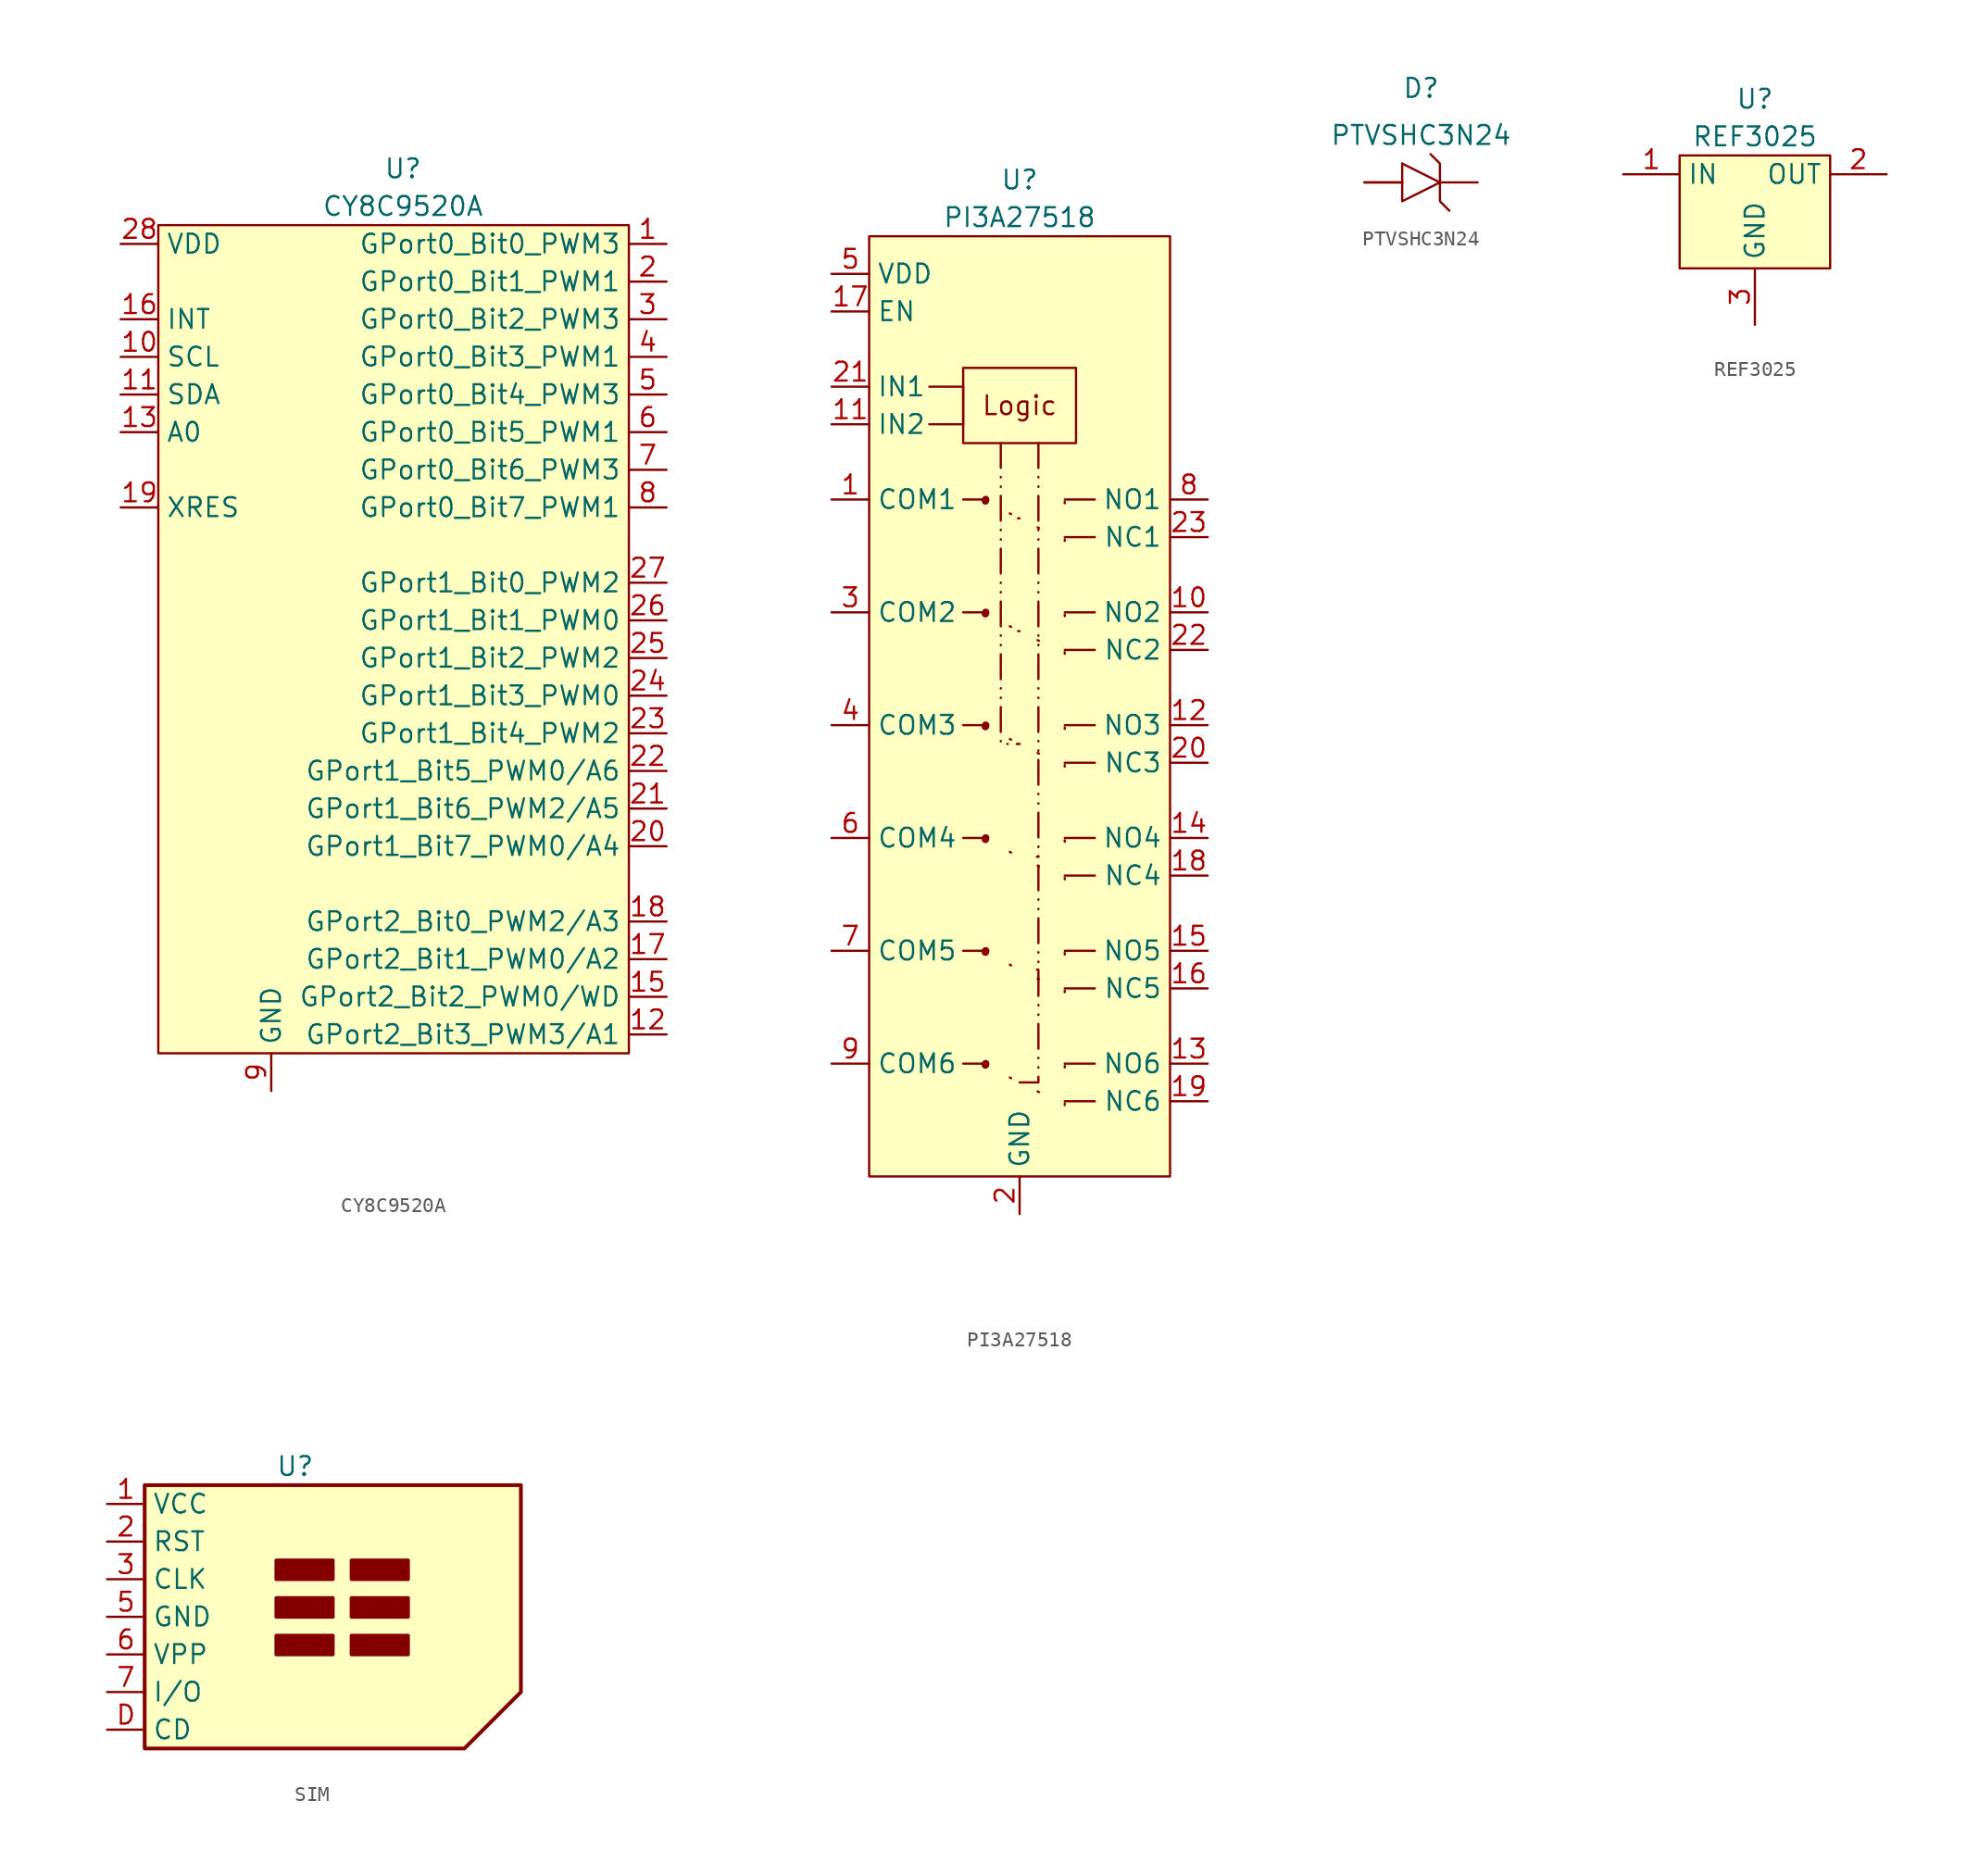
<source format=kicad_sym>
(kicad_symbol_lib
  (version 20220914)
  (generator kicad_symbol_editor)
  (symbol "CY8C9520A"
    (property "Reference" "U"
      (at 0 5.08 0)
      (effects (font (size 1.27 1.27))))
    (property "Value" "CY8C9520A"
      (at 0 2.54 0)
      (effects (font (size 1.27 1.27))))
    (symbol "CY8C9520A_0_1"
      (rectangle (start 15.24 1.27) (end -16.51 -54.61) (stroke (width 0) (type default)) (fill (type background))))
    (symbol "CY8C9520A_1_1"
      (pin bidirectional line (at 17.78 0 180) (length 2.54) (name "GPort0_Bit0_PWM3" (effects (font (size 1.27 1.27)))) (number "1" (effects (font (size 1.27 1.27)))))
      (pin input line (at -19.05 -7.62 0) (length 2.54) (name "SCL" (effects (font (size 1.27 1.27)))) (number "10" (effects (font (size 1.27 1.27)))))
      (pin bidirectional line (at -19.05 -10.16 0) (length 2.54) (name "SDA" (effects (font (size 1.27 1.27)))) (number "11" (effects (font (size 1.27 1.27)))))
      (pin bidirectional line (at 17.78 -53.34 180) (length 2.54) (name "GPort2_Bit3_PWM3/A1" (effects (font (size 1.27 1.27)))) (number "12" (effects (font (size 1.27 1.27)))))
      (pin input line (at -19.05 -12.7 0) (length 2.54) (name "A0" (effects (font (size 1.27 1.27)))) (number "13" (effects (font (size 1.27 1.27)))))
      (pin input line (at -8.89 -57.15 90) (length 2.54) hide (name "GND" (effects (font (size 1.27 1.27)))) (number "14" (effects (font (size 1.27 1.27)))))
      (pin bidirectional line (at 17.78 -50.8 180) (length 2.54) (name "GPort2_Bit2_PWM0/WD" (effects (font (size 1.27 1.27)))) (number "15" (effects (font (size 1.27 1.27)))))
      (pin output line (at -19.05 -5.08 0) (length 2.54) (name "INT" (effects (font (size 1.27 1.27)))) (number "16" (effects (font (size 1.27 1.27)))))
      (pin bidirectional line (at 17.78 -48.26 180) (length 2.54) (name "GPort2_Bit1_PWM0/A2" (effects (font (size 1.27 1.27)))) (number "17" (effects (font (size 1.27 1.27)))))
      (pin bidirectional line (at 17.78 -45.72 180) (length 2.54) (name "GPort2_Bit0_PWM2/A3" (effects (font (size 1.27 1.27)))) (number "18" (effects (font (size 1.27 1.27)))))
      (pin unspecified line (at -19.05 -17.78 0) (length 2.54) (name "XRES" (effects (font (size 1.27 1.27)))) (number "19" (effects (font (size 1.27 1.27)))))
      (pin bidirectional line (at 17.78 -2.54 180) (length 2.54) (name "GPort0_Bit1_PWM1" (effects (font (size 1.27 1.27)))) (number "2" (effects (font (size 1.27 1.27)))))
      (pin bidirectional line (at 17.78 -40.64 180) (length 2.54) (name "GPort1_Bit7_PWM0/A4" (effects (font (size 1.27 1.27)))) (number "20" (effects (font (size 1.27 1.27)))))
      (pin bidirectional line (at 17.78 -38.1 180) (length 2.54) (name "GPort1_Bit6_PWM2/A5" (effects (font (size 1.27 1.27)))) (number "21" (effects (font (size 1.27 1.27)))))
      (pin bidirectional line (at 17.78 -35.56 180) (length 2.54) (name "GPort1_Bit5_PWM0/A6" (effects (font (size 1.27 1.27)))) (number "22" (effects (font (size 1.27 1.27)))))
      (pin bidirectional line (at 17.78 -33.02 180) (length 2.54) (name "GPort1_Bit4_PWM2" (effects (font (size 1.27 1.27)))) (number "23" (effects (font (size 1.27 1.27)))))
      (pin bidirectional line (at 17.78 -30.48 180) (length 2.54) (name "GPort1_Bit3_PWM0" (effects (font (size 1.27 1.27)))) (number "24" (effects (font (size 1.27 1.27)))))
      (pin bidirectional line (at 17.78 -27.94 180) (length 2.54) (name "GPort1_Bit2_PWM2" (effects (font (size 1.27 1.27)))) (number "25" (effects (font (size 1.27 1.27)))))
      (pin bidirectional line (at 17.78 -25.4 180) (length 2.54) (name "GPort1_Bit1_PWM0" (effects (font (size 1.27 1.27)))) (number "26" (effects (font (size 1.27 1.27)))))
      (pin bidirectional line (at 17.78 -22.86 180) (length 2.54) (name "GPort1_Bit0_PWM2" (effects (font (size 1.27 1.27)))) (number "27" (effects (font (size 1.27 1.27)))))
      (pin power_in line (at -19.05 0 0) (length 2.54) (name "VDD" (effects (font (size 1.27 1.27)))) (number "28" (effects (font (size 1.27 1.27)))))
      (pin bidirectional line (at 17.78 -5.08 180) (length 2.54) (name "GPort0_Bit2_PWM3" (effects (font (size 1.27 1.27)))) (number "3" (effects (font (size 1.27 1.27)))))
      (pin bidirectional line (at 17.78 -7.62 180) (length 2.54) (name "GPort0_Bit3_PWM1" (effects (font (size 1.27 1.27)))) (number "4" (effects (font (size 1.27 1.27)))))
      (pin bidirectional line (at 17.78 -10.16 180) (length 2.54) (name "GPort0_Bit4_PWM3" (effects (font (size 1.27 1.27)))) (number "5" (effects (font (size 1.27 1.27)))))
      (pin bidirectional line (at 17.78 -12.7 180) (length 2.54) (name "GPort0_Bit5_PWM1" (effects (font (size 1.27 1.27)))) (number "6" (effects (font (size 1.27 1.27)))))
      (pin bidirectional line (at 17.78 -15.24 180) (length 2.54) (name "GPort0_Bit6_PWM3" (effects (font (size 1.27 1.27)))) (number "7" (effects (font (size 1.27 1.27)))))
      (pin bidirectional line (at 17.78 -17.78 180) (length 2.54) (name "GPort0_Bit7_PWM1" (effects (font (size 1.27 1.27)))) (number "8" (effects (font (size 1.27 1.27)))))
      (pin input line (at -8.89 -57.15 90) (length 2.54) (name "GND" (effects (font (size 1.27 1.27)))) (number "9" (effects (font (size 1.27 1.27)))))))
  (symbol "PI3A27518"
    (property "Reference" "U"
      (at 0 6.35 0)
      (effects (font (size 1.27 1.27))))
    (property "Value" "PI3A27518"
      (at 0 3.81 0)
      (effects (font (size 1.27 1.27))))
    (symbol "PI3A27518_0_1"
      (polyline (pts (xy -3.81 -53.34) (xy -2.54 -53.34)) (stroke (width 0) (type default)) (fill (type none)))
      (polyline (pts (xy -3.81 -45.72) (xy -2.54 -45.72)) (stroke (width 0) (type default)) (fill (type none)))
      (polyline (pts (xy -3.81 -38.1) (xy -2.54 -38.1)) (stroke (width 0) (type default)) (fill (type none)))
      (polyline (pts (xy -3.81 -30.48) (xy -2.54 -30.48)) (stroke (width 0) (type default)) (fill (type none)))
      (polyline (pts (xy -3.81 -22.86) (xy -2.54 -22.86)) (stroke (width 0) (type default)) (fill (type none)))
      (polyline (pts (xy -3.81 -15.24) (xy -2.54 -15.24)) (stroke (width 0) (type default)) (fill (type none)))
      (polyline (pts (xy 5.08 -55.88) (xy 3.048 -55.88)) (stroke (width 0) (type default)) (fill (type none)))
      (polyline (pts (xy 5.08 -53.34) (xy 3.048 -53.34)) (stroke (width 0) (type default)) (fill (type none)))
      (polyline (pts (xy 5.08 -48.26) (xy 3.048 -48.26)) (stroke (width 0) (type default)) (fill (type none)))
      (polyline (pts (xy 5.08 -45.72) (xy 3.048 -45.72)) (stroke (width 0) (type default)) (fill (type none)))
      (polyline (pts (xy 5.08 -40.64) (xy 3.048 -40.64)) (stroke (width 0) (type default)) (fill (type none)))
      (polyline (pts (xy 5.08 -38.1) (xy 3.048 -38.1)) (stroke (width 0) (type default)) (fill (type none)))
      (polyline (pts (xy 5.08 -33.02) (xy 3.048 -33.02)) (stroke (width 0) (type default)) (fill (type none)))
      (polyline (pts (xy 5.08 -30.48) (xy 3.048 -30.48)) (stroke (width 0) (type default)) (fill (type none)))
      (polyline (pts (xy 5.08 -25.4) (xy 3.048 -25.4)) (stroke (width 0) (type default)) (fill (type none)))
      (polyline (pts (xy 5.08 -22.86) (xy 3.048 -22.86)) (stroke (width 0) (type default)) (fill (type none)))
      (polyline (pts (xy 5.08 -17.78) (xy 3.048 -17.78)) (stroke (width 0) (type default)) (fill (type none)))
      (polyline (pts (xy 5.08 -15.24) (xy 3.048 -15.24)) (stroke (width 0) (type default)) (fill (type none))))
    (symbol "PI3A27518_1_1"
      (rectangle (start -10.16 2.54) (end 10.16 -60.96) (stroke (width 0) (type default)) (fill (type background)))
      (circle (center -2.54 -53.34) (radius 0.0001) (stroke (width 0.5) (type dot) (color 132 0 0 1)) (fill (type color) (color 132 0 0 1)))
      (circle (center -2.54 -45.72) (radius 0.0001) (stroke (width 0.5) (type dot) (color 132 0 0 1)) (fill (type color) (color 132 0 0 1)))
      (circle (center -2.54 -38.1) (radius 0.0001) (stroke (width 0.5) (type dot) (color 132 0 0 1)) (fill (type color) (color 132 0 0 1)))
      (circle (center -2.54 -30.48) (radius 0.0001) (stroke (width 0.5) (type dot) (color 132 0 0 1)) (fill (type color) (color 132 0 0 1)))
      (circle (center -2.54 -22.86) (radius 0.0001) (stroke (width 0.5) (type dot) (color 132 0 0 1)) (fill (type color) (color 132 0 0 1)))
      (circle (center -2.54 -15.24) (radius 0.0001) (stroke (width 0.5) (type dot) (color 132 0 0 1)) (fill (type color) (color 132 0 0 1)))
      (polyline (pts (xy -2.54 -53.34) (xy 2.54 -55.88)) (stroke (width 0) (type default)) (fill (type none)))
      (polyline (pts (xy -2.54 -45.72) (xy 2.54 -48.26)) (stroke (width 0) (type default)) (fill (type none)))
      (polyline (pts (xy -2.54 -38.1) (xy 2.54 -40.64)) (stroke (width 0) (type default)) (fill (type none)))
      (polyline (pts (xy -2.54 -30.48) (xy 2.54 -33.02)) (stroke (width 0) (type default)) (fill (type none)))
      (polyline (pts (xy -2.54 -22.86) (xy 2.54 -25.4)) (stroke (width 0) (type default)) (fill (type none)))
      (polyline (pts (xy -2.54 -15.24) (xy 2.54 -17.78)) (stroke (width 0) (type default)) (fill (type none)))
      (polyline (pts (xy 0 -24.13) (xy -1.27 -24.13)) (stroke (width 0) (type default)) (fill (type none)))
      (polyline (pts (xy 0 -16.51) (xy -1.27 -16.51)) (stroke (width 0) (type default)) (fill (type none)))
      (polyline (pts (xy 1.27 -46.99) (xy 0 -46.99)) (stroke (width 0) (type default)) (fill (type none)))
      (polyline (pts (xy 1.27 -39.37) (xy 0 -39.37)) (stroke (width 0) (type default)) (fill (type none)))
      (polyline (pts (xy -1.27 -11.43) (xy -1.27 -31.75) (xy 0 -31.75)) (stroke (width 0) (type dash_dot_dot)) (fill (type none)))
      (polyline (pts (xy 1.27 -11.43) (xy 1.27 -54.61) (xy 0 -54.61)) (stroke (width 0) (type dash_dot_dot)) (fill (type none)))
      (polyline (pts (xy -6.096 -7.62) (xy -3.81 -7.62) (xy -3.81 -10.16) (xy -6.096 -10.16)) (stroke (width 0) (type default)) (fill (type none)))
      (polyline (pts (xy 3.048 -56.134) (xy 3.048 -55.626) (xy 2.54 -55.88) (xy 3.048 -56.134)) (stroke (width 0) (type default)) (fill (type none)))
      (polyline (pts (xy 3.048 -53.594) (xy 3.048 -53.086) (xy 2.54 -53.34) (xy 3.048 -53.594)) (stroke (width 0) (type default)) (fill (type none)))
      (polyline (pts (xy 3.048 -48.514) (xy 3.048 -48.006) (xy 2.54 -48.26) (xy 3.048 -48.514)) (stroke (width 0) (type default)) (fill (type none)))
      (polyline (pts (xy 3.048 -45.974) (xy 3.048 -45.466) (xy 2.54 -45.72) (xy 3.048 -45.974)) (stroke (width 0) (type default)) (fill (type none)))
      (polyline (pts (xy 3.048 -40.894) (xy 3.048 -40.386) (xy 2.54 -40.64) (xy 3.048 -40.894)) (stroke (width 0) (type default)) (fill (type none)))
      (polyline (pts (xy 3.048 -38.354) (xy 3.048 -37.846) (xy 2.54 -38.1) (xy 3.048 -38.354)) (stroke (width 0) (type default)) (fill (type none)))
      (polyline (pts (xy 3.048 -33.274) (xy 3.048 -32.766) (xy 2.54 -33.02) (xy 3.048 -33.274)) (stroke (width 0) (type default)) (fill (type none)))
      (polyline (pts (xy 3.048 -30.734) (xy 3.048 -30.226) (xy 2.54 -30.48) (xy 3.048 -30.734)) (stroke (width 0) (type default)) (fill (type none)))
      (polyline (pts (xy 3.048 -25.654) (xy 3.048 -25.146) (xy 2.54 -25.4) (xy 3.048 -25.654)) (stroke (width 0) (type default)) (fill (type none)))
      (polyline (pts (xy 3.048 -23.114) (xy 3.048 -22.606) (xy 2.54 -22.86) (xy 3.048 -23.114)) (stroke (width 0) (type default)) (fill (type none)))
      (polyline (pts (xy 3.048 -18.034) (xy 3.048 -17.526) (xy 2.54 -17.78) (xy 3.048 -18.034)) (stroke (width 0) (type default)) (fill (type none)))
      (polyline (pts (xy 3.048 -15.494) (xy 3.048 -14.986) (xy 2.54 -15.24) (xy 3.048 -15.494)) (stroke (width 0) (type default)) (fill (type none)))
      (polyline (pts (xy -3.81 -6.35) (xy -3.81 -11.43) (xy 3.81 -11.43) (xy 3.81 -6.35) (xy -3.81 -6.35)) (stroke (width 0) (type default)) (fill (type none)))
      (text "Logic" (at 0 -8.89 0) (effects (font (size 1.27 1.27))))
      (pin bidirectional line (at -12.7 -15.24 0) (length 2.54) (name "COM1" (effects (font (size 1.27 1.27)))) (number "1" (effects (font (size 1.27 1.27)))))
      (pin bidirectional line (at 12.7 -22.86 180) (length 2.54) (name "NO2" (effects (font (size 1.27 1.27)))) (number "10" (effects (font (size 1.27 1.27)))))
      (pin input line (at -12.7 -10.16 0) (length 2.54) (name "IN2" (effects (font (size 1.27 1.27)))) (number "11" (effects (font (size 1.27 1.27)))))
      (pin bidirectional line (at 12.7 -30.48 180) (length 2.54) (name "NO3" (effects (font (size 1.27 1.27)))) (number "12" (effects (font (size 1.27 1.27)))))
      (pin bidirectional line (at 12.7 -53.34 180) (length 2.54) (name "NO6" (effects (font (size 1.27 1.27)))) (number "13" (effects (font (size 1.27 1.27)))))
      (pin bidirectional line (at 12.7 -38.1 180) (length 2.54) (name "NO4" (effects (font (size 1.27 1.27)))) (number "14" (effects (font (size 1.27 1.27)))))
      (pin bidirectional line (at 12.7 -45.72 180) (length 2.54) (name "NO5" (effects (font (size 1.27 1.27)))) (number "15" (effects (font (size 1.27 1.27)))))
      (pin bidirectional line (at 12.7 -48.26 180) (length 2.54) (name "NC5" (effects (font (size 1.27 1.27)))) (number "16" (effects (font (size 1.27 1.27)))))
      (pin input line (at -12.7 -2.54 0) (length 2.54) (name "EN" (effects (font (size 1.27 1.27)))) (number "17" (effects (font (size 1.27 1.27)))))
      (pin bidirectional line (at 12.7 -40.64 180) (length 2.54) (name "NC4" (effects (font (size 1.27 1.27)))) (number "18" (effects (font (size 1.27 1.27)))))
      (pin bidirectional line (at 12.7 -55.88 180) (length 2.54) (name "NC6" (effects (font (size 1.27 1.27)))) (number "19" (effects (font (size 1.27 1.27)))))
      (pin input line (at 0 -63.5 90) (length 2.54) (name "GND" (effects (font (size 1.27 1.27)))) (number "2" (effects (font (size 1.27 1.27)))))
      (pin bidirectional line (at 12.7 -33.02 180) (length 2.54) (name "NC3" (effects (font (size 1.27 1.27)))) (number "20" (effects (font (size 1.27 1.27)))))
      (pin input line (at -12.7 -7.62 0) (length 2.54) (name "IN1" (effects (font (size 1.27 1.27)))) (number "21" (effects (font (size 1.27 1.27)))))
      (pin bidirectional line (at 12.7 -25.4 180) (length 2.54) (name "NC2" (effects (font (size 1.27 1.27)))) (number "22" (effects (font (size 1.27 1.27)))))
      (pin bidirectional line (at 12.7 -17.78 180) (length 2.54) (name "NC1" (effects (font (size 1.27 1.27)))) (number "23" (effects (font (size 1.27 1.27)))))
      (pin bidirectional line (at -12.7 -22.86 0) (length 2.54) (name "COM2" (effects (font (size 1.27 1.27)))) (number "3" (effects (font (size 1.27 1.27)))))
      (pin bidirectional line (at -12.7 -30.48 0) (length 2.54) (name "COM3" (effects (font (size 1.27 1.27)))) (number "4" (effects (font (size 1.27 1.27)))))
      (pin power_in line (at -12.7 0 0) (length 2.54) (name "VDD" (effects (font (size 1.27 1.27)))) (number "5" (effects (font (size 1.27 1.27)))))
      (pin bidirectional line (at -12.7 -38.1 0) (length 2.54) (name "COM4" (effects (font (size 1.27 1.27)))) (number "6" (effects (font (size 1.27 1.27)))))
      (pin bidirectional line (at -12.7 -45.72 0) (length 2.54) (name "COM5" (effects (font (size 1.27 1.27)))) (number "7" (effects (font (size 1.27 1.27)))))
      (pin bidirectional line (at 12.7 -15.24 180) (length 2.54) (name "NO1" (effects (font (size 1.27 1.27)))) (number "8" (effects (font (size 1.27 1.27)))))
      (pin bidirectional line (at -12.7 -53.34 0) (length 2.54) (name "COM6" (effects (font (size 1.27 1.27)))) (number "9" (effects (font (size 1.27 1.27)))))))
  (symbol "PTVSHC3N24"
    (pin_numbers hide)
    (pin_names hide)
    (property "Reference" "D"
      (at 0 6.35 0)
      (effects (font (size 1.27 1.27))))
    (property "Value" "PTVSHC3N24"
      (at 0 3.175 0)
      (effects (font (size 1.27 1.27))))
    (symbol "PTVSHC3N24_0_1"
      (polyline (pts (xy -1.27 1.27) (xy 1.27 0)) (stroke (width 0) (type default)) (fill (type none)))
      (polyline (pts (xy -1.27 1.27) (xy -1.27 -1.27) (xy 1.27 0)) (stroke (width 0) (type default)) (fill (type none)))
      (polyline (pts (xy 0.635 1.905) (xy 1.27 1.27) (xy 1.27 -1.27) (xy 1.905 -1.905)) (stroke (width 0) (type default)) (fill (type none))))
    (symbol "PTVSHC3N24_1_1"
      (pin passive line (at -3.81 0 0) (length 2.54) (name "A" (effects (font (size 1.27 1.27)))) (number "1" (effects (font (size 1.27 1.27)))))
      (pin passive line (at -3.81 0 0) (length 2.54) (name "A" (effects (font (size 1.27 1.27)))) (number "2" (effects (font (size 1.27 1.27)))))
      (pin passive line (at 3.81 0 180) (length 2.54) (name "K" (effects (font (size 1.27 1.27)))) (number "3" (effects (font (size 1.27 1.27)))))))
  (symbol "REF3025"
    (property "Reference" "U"
      (at 0 5.08 0)
      (effects (font (size 1.27 1.27))))
    (property "Value" "REF3025"
      (at 0 2.54 0)
      (effects (font (size 1.27 1.27))))
    (symbol "REF3025_1_1"
      (rectangle (start -5.08 1.27) (end 5.08 -6.35) (stroke (width 0) (type default)) (fill (type background)))
      (pin power_in line (at -8.89 0 0) (length 3.81) (name "IN" (effects (font (size 1.27 1.27)))) (number "1" (effects (font (size 1.27 1.27)))))
      (pin output line (at 8.89 0 180) (length 3.81) (name "OUT" (effects (font (size 1.27 1.27)))) (number "2" (effects (font (size 1.27 1.27)))))
      (pin input line (at 0 -10.16 90) (length 3.81) (name "GND" (effects (font (size 1.27 1.27)))) (number "3" (effects (font (size 1.27 1.27)))))))
  (symbol "SIM"
    (property "Reference" "U"
      (at 0 1.27 0)
      (effects (font (size 1.27 1.27))))
    (property "Value" ""
      (at 0 1.27 0)
      (effects (font (size 1.27 1.27))))
    (symbol "SIM_0_1"
      (rectangle (start -1.27 -11.43) (end 2.54 -10.16) (stroke (width 0.254) (type default)) (fill (type outline)))
      (rectangle (start -1.27 -8.89) (end 2.54 -7.62) (stroke (width 0.254) (type default)) (fill (type outline)))
      (rectangle (start -1.27 -6.35) (end 2.54 -5.08) (stroke (width 0.254) (type default)) (fill (type outline)))
      (polyline (pts (xy -10.16 0) (xy 15.24 0) (xy 15.24 -13.97) (xy 11.43 -17.78) (xy -10.16 -17.78) (xy -10.16 0)) (stroke (width 0.254) (type default)) (fill (type background)))
      (rectangle (start 3.81 -10.16) (end 7.62 -11.43) (stroke (width 0.254) (type default)) (fill (type outline)))
      (rectangle (start 3.81 -8.89) (end 7.62 -7.62) (stroke (width 0.254) (type default)) (fill (type outline)))
      (rectangle (start 3.81 -6.35) (end 7.62 -5.08) (stroke (width 0.254) (type default)) (fill (type outline))))
    (symbol "SIM_1_1"
      (pin power_in line (at -12.7 -1.27 0) (length 2.54) (name "VCC" (effects (font (size 1.27 1.27)))) (number "1" (effects (font (size 1.27 1.27)))))
      (pin input line (at -12.7 -3.81 0) (length 2.54) (name "RST" (effects (font (size 1.27 1.27)))) (number "2" (effects (font (size 1.27 1.27)))))
      (pin input line (at -12.7 -6.35 0) (length 2.54) (name "CLK" (effects (font (size 1.27 1.27)))) (number "3" (effects (font (size 1.27 1.27)))))
      (pin power_in line (at -12.7 -8.89 0) (length 2.54) (name "GND" (effects (font (size 1.27 1.27)))) (number "5" (effects (font (size 1.27 1.27)))))
      (pin input line (at -12.7 -11.43 0) (length 2.54) (name "VPP" (effects (font (size 1.27 1.27)))) (number "6" (effects (font (size 1.27 1.27)))))
      (pin bidirectional line (at -12.7 -13.97 0) (length 2.54) (name "I/O" (effects (font (size 1.27 1.27)))) (number "7" (effects (font (size 1.27 1.27)))))
      (pin output line (at -12.7 -16.51 0) (length 2.54) (name "CD" (effects (font (size 1.27 1.27)))) (number "D" (effects (font (size 1.27 1.27))))))))
</source>
